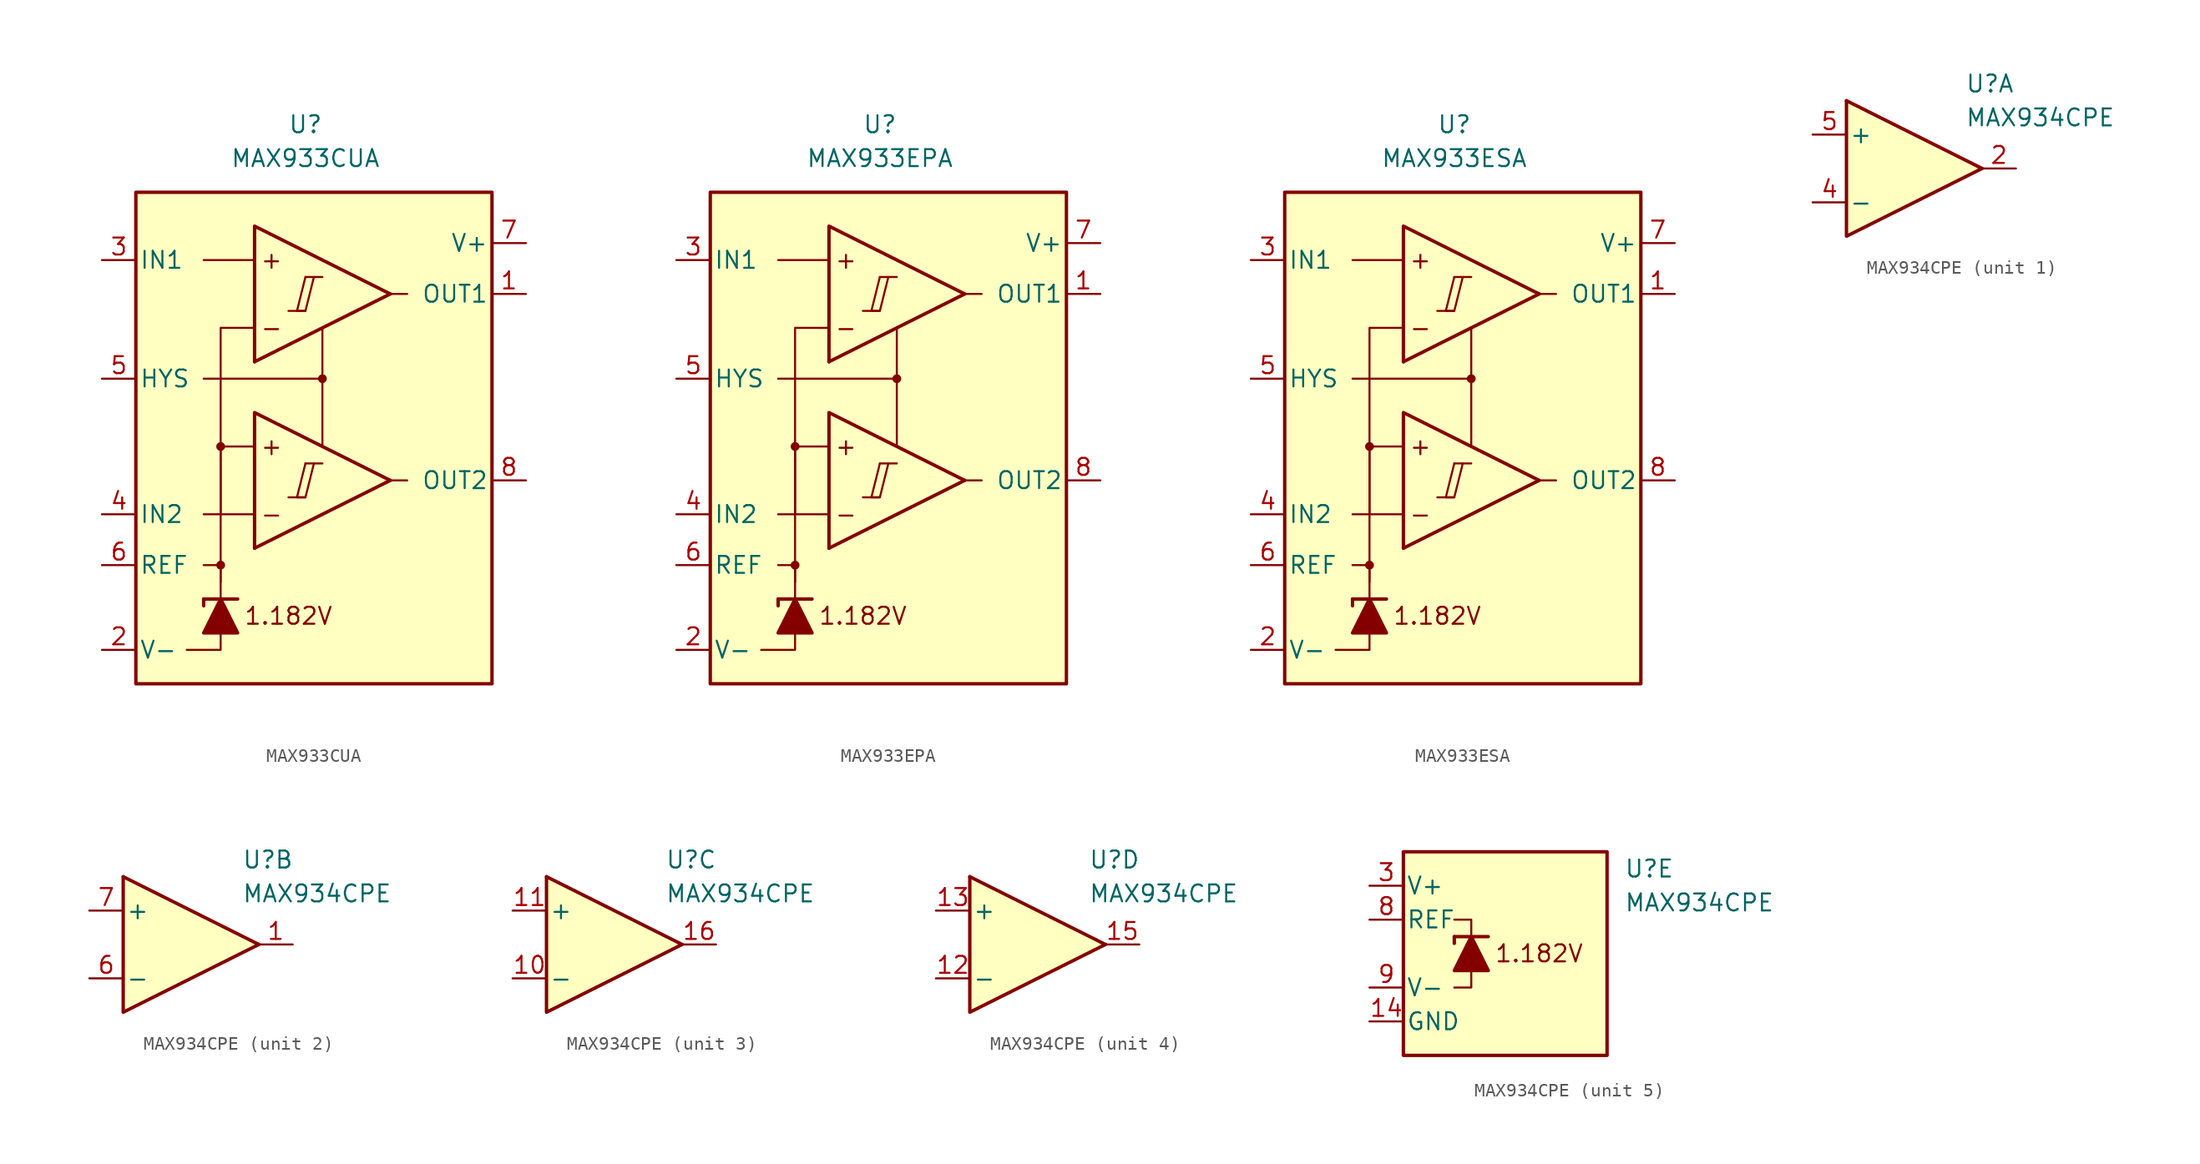
<source format=kicad_sym>
(kicad_symbol_lib
  (version 20231120)
  (generator "kicad_symbol_editor")
  (generator_version "8.0")
  (symbol "MAX933CUA"
    (pin_names
      (offset 0.254))
    (property "Reference" "U"
      (at -1.27 22.86 0)
      (effects (font (size 1.27 1.27))))
    (property "Value" "MAX933CUA"
      (at -1.27 20.32 0)
      (effects (font (size 1.27 1.27))))
    (symbol "MAX933CUA_0_0"
      (rectangle (start -13.97 17.78) (end 12.7 -19.05) (stroke (width 0.254) (type default)) (fill (type background)))
      (circle (center -7.62 -10.16) (radius 0.254) (stroke (width 0.152) (type default)) (fill (type outline)))
      (circle (center -7.62 -1.27) (radius 0.254) (stroke (width 0.152) (type default)) (fill (type outline)))
      (polyline (pts (xy -2.54 -5.08) (xy -1.27 -5.08)) (stroke (width 0.152) (type default)) (fill (type none)))
      (polyline (pts (xy -2.54 8.89) (xy -1.27 8.89)) (stroke (width 0.152) (type default)) (fill (type none)))
      (polyline (pts (xy -1.27 -2.54) (xy 0 -2.54)) (stroke (width 0.152) (type default)) (fill (type none)))
      (polyline (pts (xy -1.27 11.43) (xy 0 11.43)) (stroke (width 0.152) (type default)) (fill (type none)))
      (polyline (pts (xy 5.08 -3.81) (xy -5.08 -8.89)) (stroke (width 0.254) (type default)) (fill (type none)))
      (polyline (pts (xy 5.08 10.16) (xy -5.08 5.08)) (stroke (width 0.254) (type default)) (fill (type none)))
      (polyline (pts (xy 5.08 -3.81) (xy -5.08 1.27) (xy -5.08 -8.89)) (stroke (width 0.254) (type default)) (fill (type background)))
      (polyline (pts (xy 5.08 10.16) (xy -5.08 15.24) (xy -5.08 5.08)) (stroke (width 0.254) (type default)) (fill (type background)))
      (polyline (pts (xy -1.27 -2.54) (xy -1.905 -5.08) (xy -1.27 -5.08) (xy -0.635 -2.54)) (stroke (width 0.152) (type default)) (fill (type none)))
      (polyline (pts (xy -1.27 11.43) (xy -1.905 8.89) (xy -1.27 8.89) (xy -0.635 11.43)) (stroke (width 0.152) (type default)) (fill (type none)))
      (circle (center 0 3.81) (radius 0.254) (stroke (width 0.152) (type default)) (fill (type outline)))
      (text "+" (at -3.81 -1.27 0) (effects (font (size 1.27 1.27))))
      (text "+" (at -3.81 12.7 0) (effects (font (size 1.27 1.27))))
      (text "-" (at -3.81 -6.35 0) (effects (font (size 1.27 1.27))))
      (text "-" (at -3.81 7.62 0) (effects (font (size 1.27 1.27))))
      (text "1.182V" (at -2.54 -13.97 0) (effects (font (size 1.27 1.27)))))
    (symbol "MAX933CUA_0_1"
      (polyline (pts (xy -8.89 -12.7) (xy -8.89 -13.208)) (stroke (width 0.254) (type default)) (fill (type none)))
      (polyline (pts (xy -8.89 -12.7) (xy -6.35 -12.7)) (stroke (width 0.254) (type default)) (fill (type none)))
      (polyline (pts (xy -5.08 -6.35) (xy -8.89 -6.35)) (stroke (width 0) (type default)) (fill (type none)))
      (polyline (pts (xy -5.08 12.7) (xy -8.89 12.7)) (stroke (width 0) (type default)) (fill (type none)))
      (polyline (pts (xy 0 3.81) (xy 0 -1.27)) (stroke (width 0) (type default)) (fill (type none)))
      (polyline (pts (xy 5.08 -3.81) (xy 6.35 -3.81)) (stroke (width 0) (type default)) (fill (type none)))
      (polyline (pts (xy 5.08 10.16) (xy 6.35 10.16)) (stroke (width 0) (type default)) (fill (type none)))
      (polyline (pts (xy -7.62 -15.24) (xy -7.62 -16.51) (xy -10.16 -16.51)) (stroke (width 0) (type default)) (fill (type none)))
      (polyline (pts (xy -7.62 -12.7) (xy -7.62 -10.16) (xy -8.89 -10.16)) (stroke (width 0) (type default)) (fill (type none)))
      (polyline (pts (xy -7.62 -11.43) (xy -7.62 -1.27) (xy -5.08 -1.27)) (stroke (width 0) (type default)) (fill (type none)))
      (polyline (pts (xy -7.62 -6.35) (xy -7.62 7.62) (xy -5.08 7.62)) (stroke (width 0) (type default)) (fill (type none)))
      (polyline (pts (xy 0 7.62) (xy 0 3.81) (xy -8.89 3.81)) (stroke (width 0) (type default)) (fill (type none)))
      (polyline (pts (xy -6.35 -15.24) (xy -8.89 -15.24) (xy -7.62 -12.7) (xy -6.35 -15.24)) (stroke (width 0.254) (type default)) (fill (type outline))))
    (symbol "MAX933CUA_1_1"
      (pin output line (at 15.24 10.16 180) (length 2.54) (name "OUT1" (effects (font (size 1.27 1.27)))) (number "1" (effects (font (size 1.27 1.27)))))
      (pin power_in line (at -16.51 -16.51 0) (length 2.54) (name "V-" (effects (font (size 1.27 1.27)))) (number "2" (effects (font (size 1.27 1.27)))))
      (pin input line (at -16.51 12.7 0) (length 2.54) (name "IN1" (effects (font (size 1.27 1.27)))) (number "3" (effects (font (size 1.27 1.27)))))
      (pin input line (at -16.51 -6.35 0) (length 2.54) (name "IN2" (effects (font (size 1.27 1.27)))) (number "4" (effects (font (size 1.27 1.27)))))
      (pin input line (at -16.51 3.81 0) (length 2.54) (name "HYS" (effects (font (size 1.27 1.27)))) (number "5" (effects (font (size 1.27 1.27)))))
      (pin output line (at -16.51 -10.16 0) (length 2.54) (name "REF" (effects (font (size 1.27 1.27)))) (number "6" (effects (font (size 1.27 1.27)))))
      (pin power_in line (at 15.24 13.97 180) (length 2.54) (name "V+" (effects (font (size 1.27 1.27)))) (number "7" (effects (font (size 1.27 1.27)))))
      (pin output line (at 15.24 -3.81 180) (length 2.54) (name "OUT2" (effects (font (size 1.27 1.27)))) (number "8" (effects (font (size 1.27 1.27)))))))
  (symbol "MAX933EPA"
    (pin_names
      (offset 0.254))
    (property "Reference" "U"
      (at -1.27 22.86 0)
      (effects (font (size 1.27 1.27))))
    (property "Value" "MAX933EPA"
      (at -1.27 20.32 0)
      (effects (font (size 1.27 1.27))))
    (symbol "MAX933EPA_0_0"
      (rectangle (start -13.97 17.78) (end 12.7 -19.05) (stroke (width 0.254) (type default)) (fill (type background)))
      (circle (center -7.62 -10.16) (radius 0.254) (stroke (width 0.152) (type default)) (fill (type outline)))
      (circle (center -7.62 -1.27) (radius 0.254) (stroke (width 0.152) (type default)) (fill (type outline)))
      (polyline (pts (xy -2.54 -5.08) (xy -1.27 -5.08)) (stroke (width 0.152) (type default)) (fill (type none)))
      (polyline (pts (xy -2.54 8.89) (xy -1.27 8.89)) (stroke (width 0.152) (type default)) (fill (type none)))
      (polyline (pts (xy -1.27 -2.54) (xy 0 -2.54)) (stroke (width 0.152) (type default)) (fill (type none)))
      (polyline (pts (xy -1.27 11.43) (xy 0 11.43)) (stroke (width 0.152) (type default)) (fill (type none)))
      (polyline (pts (xy 5.08 -3.81) (xy -5.08 -8.89)) (stroke (width 0.254) (type default)) (fill (type none)))
      (polyline (pts (xy 5.08 10.16) (xy -5.08 5.08)) (stroke (width 0.254) (type default)) (fill (type none)))
      (polyline (pts (xy 5.08 -3.81) (xy -5.08 1.27) (xy -5.08 -8.89)) (stroke (width 0.254) (type default)) (fill (type background)))
      (polyline (pts (xy 5.08 10.16) (xy -5.08 15.24) (xy -5.08 5.08)) (stroke (width 0.254) (type default)) (fill (type background)))
      (polyline (pts (xy -1.27 -2.54) (xy -1.905 -5.08) (xy -1.27 -5.08) (xy -0.635 -2.54)) (stroke (width 0.152) (type default)) (fill (type none)))
      (polyline (pts (xy -1.27 11.43) (xy -1.905 8.89) (xy -1.27 8.89) (xy -0.635 11.43)) (stroke (width 0.152) (type default)) (fill (type none)))
      (circle (center 0 3.81) (radius 0.254) (stroke (width 0.152) (type default)) (fill (type outline)))
      (text "+" (at -3.81 -1.27 0) (effects (font (size 1.27 1.27))))
      (text "+" (at -3.81 12.7 0) (effects (font (size 1.27 1.27))))
      (text "-" (at -3.81 -6.35 0) (effects (font (size 1.27 1.27))))
      (text "-" (at -3.81 7.62 0) (effects (font (size 1.27 1.27))))
      (text "1.182V" (at -2.54 -13.97 0) (effects (font (size 1.27 1.27)))))
    (symbol "MAX933EPA_0_1"
      (polyline (pts (xy -8.89 -12.7) (xy -8.89 -13.208)) (stroke (width 0.254) (type default)) (fill (type none)))
      (polyline (pts (xy -8.89 -12.7) (xy -6.35 -12.7)) (stroke (width 0.254) (type default)) (fill (type none)))
      (polyline (pts (xy -5.08 -6.35) (xy -8.89 -6.35)) (stroke (width 0) (type default)) (fill (type none)))
      (polyline (pts (xy -5.08 12.7) (xy -8.89 12.7)) (stroke (width 0) (type default)) (fill (type none)))
      (polyline (pts (xy 0 3.81) (xy 0 -1.27)) (stroke (width 0) (type default)) (fill (type none)))
      (polyline (pts (xy 5.08 -3.81) (xy 6.35 -3.81)) (stroke (width 0) (type default)) (fill (type none)))
      (polyline (pts (xy 5.08 10.16) (xy 6.35 10.16)) (stroke (width 0) (type default)) (fill (type none)))
      (polyline (pts (xy -7.62 -15.24) (xy -7.62 -16.51) (xy -10.16 -16.51)) (stroke (width 0) (type default)) (fill (type none)))
      (polyline (pts (xy -7.62 -12.7) (xy -7.62 -10.16) (xy -8.89 -10.16)) (stroke (width 0) (type default)) (fill (type none)))
      (polyline (pts (xy -7.62 -11.43) (xy -7.62 -1.27) (xy -5.08 -1.27)) (stroke (width 0) (type default)) (fill (type none)))
      (polyline (pts (xy -7.62 -6.35) (xy -7.62 7.62) (xy -5.08 7.62)) (stroke (width 0) (type default)) (fill (type none)))
      (polyline (pts (xy 0 7.62) (xy 0 3.81) (xy -8.89 3.81)) (stroke (width 0) (type default)) (fill (type none)))
      (polyline (pts (xy -6.35 -15.24) (xy -8.89 -15.24) (xy -7.62 -12.7) (xy -6.35 -15.24)) (stroke (width 0.254) (type default)) (fill (type outline))))
    (symbol "MAX933EPA_1_1"
      (pin output line (at 15.24 10.16 180) (length 2.54) (name "OUT1" (effects (font (size 1.27 1.27)))) (number "1" (effects (font (size 1.27 1.27)))))
      (pin power_in line (at -16.51 -16.51 0) (length 2.54) (name "V-" (effects (font (size 1.27 1.27)))) (number "2" (effects (font (size 1.27 1.27)))))
      (pin input line (at -16.51 12.7 0) (length 2.54) (name "IN1" (effects (font (size 1.27 1.27)))) (number "3" (effects (font (size 1.27 1.27)))))
      (pin input line (at -16.51 -6.35 0) (length 2.54) (name "IN2" (effects (font (size 1.27 1.27)))) (number "4" (effects (font (size 1.27 1.27)))))
      (pin input line (at -16.51 3.81 0) (length 2.54) (name "HYS" (effects (font (size 1.27 1.27)))) (number "5" (effects (font (size 1.27 1.27)))))
      (pin output line (at -16.51 -10.16 0) (length 2.54) (name "REF" (effects (font (size 1.27 1.27)))) (number "6" (effects (font (size 1.27 1.27)))))
      (pin power_in line (at 15.24 13.97 180) (length 2.54) (name "V+" (effects (font (size 1.27 1.27)))) (number "7" (effects (font (size 1.27 1.27)))))
      (pin output line (at 15.24 -3.81 180) (length 2.54) (name "OUT2" (effects (font (size 1.27 1.27)))) (number "8" (effects (font (size 1.27 1.27)))))))
  (symbol "MAX933ESA"
    (pin_names
      (offset 0.254))
    (property "Reference" "U"
      (at -1.27 22.86 0)
      (effects (font (size 1.27 1.27))))
    (property "Value" "MAX933ESA"
      (at -1.27 20.32 0)
      (effects (font (size 1.27 1.27))))
    (symbol "MAX933ESA_0_0"
      (rectangle (start -13.97 17.78) (end 12.7 -19.05) (stroke (width 0.254) (type default)) (fill (type background)))
      (circle (center -7.62 -10.16) (radius 0.254) (stroke (width 0.152) (type default)) (fill (type outline)))
      (circle (center -7.62 -1.27) (radius 0.254) (stroke (width 0.152) (type default)) (fill (type outline)))
      (polyline (pts (xy -2.54 -5.08) (xy -1.27 -5.08)) (stroke (width 0.152) (type default)) (fill (type none)))
      (polyline (pts (xy -2.54 8.89) (xy -1.27 8.89)) (stroke (width 0.152) (type default)) (fill (type none)))
      (polyline (pts (xy -1.27 -2.54) (xy 0 -2.54)) (stroke (width 0.152) (type default)) (fill (type none)))
      (polyline (pts (xy -1.27 11.43) (xy 0 11.43)) (stroke (width 0.152) (type default)) (fill (type none)))
      (polyline (pts (xy 5.08 -3.81) (xy -5.08 -8.89)) (stroke (width 0.254) (type default)) (fill (type none)))
      (polyline (pts (xy 5.08 10.16) (xy -5.08 5.08)) (stroke (width 0.254) (type default)) (fill (type none)))
      (polyline (pts (xy 5.08 -3.81) (xy -5.08 1.27) (xy -5.08 -8.89)) (stroke (width 0.254) (type default)) (fill (type background)))
      (polyline (pts (xy 5.08 10.16) (xy -5.08 15.24) (xy -5.08 5.08)) (stroke (width 0.254) (type default)) (fill (type background)))
      (polyline (pts (xy -1.27 -2.54) (xy -1.905 -5.08) (xy -1.27 -5.08) (xy -0.635 -2.54)) (stroke (width 0.152) (type default)) (fill (type none)))
      (polyline (pts (xy -1.27 11.43) (xy -1.905 8.89) (xy -1.27 8.89) (xy -0.635 11.43)) (stroke (width 0.152) (type default)) (fill (type none)))
      (circle (center 0 3.81) (radius 0.254) (stroke (width 0.152) (type default)) (fill (type outline)))
      (text "+" (at -3.81 -1.27 0) (effects (font (size 1.27 1.27))))
      (text "+" (at -3.81 12.7 0) (effects (font (size 1.27 1.27))))
      (text "-" (at -3.81 -6.35 0) (effects (font (size 1.27 1.27))))
      (text "-" (at -3.81 7.62 0) (effects (font (size 1.27 1.27))))
      (text "1.182V" (at -2.54 -13.97 0) (effects (font (size 1.27 1.27)))))
    (symbol "MAX933ESA_0_1"
      (polyline (pts (xy -8.89 -12.7) (xy -8.89 -13.208)) (stroke (width 0.254) (type default)) (fill (type none)))
      (polyline (pts (xy -8.89 -12.7) (xy -6.35 -12.7)) (stroke (width 0.254) (type default)) (fill (type none)))
      (polyline (pts (xy -5.08 -6.35) (xy -8.89 -6.35)) (stroke (width 0) (type default)) (fill (type none)))
      (polyline (pts (xy -5.08 12.7) (xy -8.89 12.7)) (stroke (width 0) (type default)) (fill (type none)))
      (polyline (pts (xy 0 3.81) (xy 0 -1.27)) (stroke (width 0) (type default)) (fill (type none)))
      (polyline (pts (xy 5.08 -3.81) (xy 6.35 -3.81)) (stroke (width 0) (type default)) (fill (type none)))
      (polyline (pts (xy 5.08 10.16) (xy 6.35 10.16)) (stroke (width 0) (type default)) (fill (type none)))
      (polyline (pts (xy -7.62 -15.24) (xy -7.62 -16.51) (xy -10.16 -16.51)) (stroke (width 0) (type default)) (fill (type none)))
      (polyline (pts (xy -7.62 -12.7) (xy -7.62 -10.16) (xy -8.89 -10.16)) (stroke (width 0) (type default)) (fill (type none)))
      (polyline (pts (xy -7.62 -11.43) (xy -7.62 -1.27) (xy -5.08 -1.27)) (stroke (width 0) (type default)) (fill (type none)))
      (polyline (pts (xy -7.62 -6.35) (xy -7.62 7.62) (xy -5.08 7.62)) (stroke (width 0) (type default)) (fill (type none)))
      (polyline (pts (xy 0 7.62) (xy 0 3.81) (xy -8.89 3.81)) (stroke (width 0) (type default)) (fill (type none)))
      (polyline (pts (xy -6.35 -15.24) (xy -8.89 -15.24) (xy -7.62 -12.7) (xy -6.35 -15.24)) (stroke (width 0.254) (type default)) (fill (type outline))))
    (symbol "MAX933ESA_1_1"
      (pin output line (at 15.24 10.16 180) (length 2.54) (name "OUT1" (effects (font (size 1.27 1.27)))) (number "1" (effects (font (size 1.27 1.27)))))
      (pin power_in line (at -16.51 -16.51 0) (length 2.54) (name "V-" (effects (font (size 1.27 1.27)))) (number "2" (effects (font (size 1.27 1.27)))))
      (pin input line (at -16.51 12.7 0) (length 2.54) (name "IN1" (effects (font (size 1.27 1.27)))) (number "3" (effects (font (size 1.27 1.27)))))
      (pin input line (at -16.51 -6.35 0) (length 2.54) (name "IN2" (effects (font (size 1.27 1.27)))) (number "4" (effects (font (size 1.27 1.27)))))
      (pin input line (at -16.51 3.81 0) (length 2.54) (name "HYS" (effects (font (size 1.27 1.27)))) (number "5" (effects (font (size 1.27 1.27)))))
      (pin output line (at -16.51 -10.16 0) (length 2.54) (name "REF" (effects (font (size 1.27 1.27)))) (number "6" (effects (font (size 1.27 1.27)))))
      (pin power_in line (at 15.24 13.97 180) (length 2.54) (name "V+" (effects (font (size 1.27 1.27)))) (number "7" (effects (font (size 1.27 1.27)))))
      (pin output line (at 15.24 -3.81 180) (length 2.54) (name "OUT2" (effects (font (size 1.27 1.27)))) (number "8" (effects (font (size 1.27 1.27)))))))
  (symbol "MAX934CPE"
    (pin_names
      (offset 0.2))
    (property "Reference" "U"
      (at 5.08 6.35 0)
      (effects (font (size 1.27 1.27)) (justify left)))
    (property "Value" "MAX934CPE"
      (at 5.08 3.81 0)
      (effects (font (size 1.27 1.27)) (justify left)))
    (property "ki_locked" ""
      (at 0 0 0)
      (effects (font (size 1.27 1.27))))
    (symbol "MAX934CPE_1_1"
      (polyline (pts (xy -3.81 5.08) (xy 6.35 0)) (stroke (width 0.254) (type default)) (fill (type none)))
      (polyline (pts (xy -3.81 5.08) (xy -3.81 -5.08) (xy 6.35 0)) (stroke (width 0.254) (type default)) (fill (type background)))
      (pin output line (at 8.89 0 180) (length 2.54) (name "~" (effects (font (size 1.27 1.27)))) (number "2" (effects (font (size 1.27 1.27)))))
      (pin input line (at -6.35 -2.54 0) (length 2.54) (name "-" (effects (font (size 1.27 1.27)))) (number "4" (effects (font (size 1.27 1.27)))))
      (pin input line (at -6.35 2.54 0) (length 2.54) (name "+" (effects (font (size 1.27 1.27)))) (number "5" (effects (font (size 1.27 1.27))))))
    (symbol "MAX934CPE_2_1"
      (polyline (pts (xy -3.81 5.08) (xy 6.35 0)) (stroke (width 0.254) (type default)) (fill (type none)))
      (polyline (pts (xy -3.81 5.08) (xy -3.81 -5.08) (xy 6.35 0)) (stroke (width 0.254) (type default)) (fill (type background)))
      (pin output line (at 8.89 0 180) (length 2.54) (name "~" (effects (font (size 1.27 1.27)))) (number "1" (effects (font (size 1.27 1.27)))))
      (pin input line (at -6.35 -2.54 0) (length 2.54) (name "-" (effects (font (size 1.27 1.27)))) (number "6" (effects (font (size 1.27 1.27)))))
      (pin input line (at -6.35 2.54 0) (length 2.54) (name "+" (effects (font (size 1.27 1.27)))) (number "7" (effects (font (size 1.27 1.27))))))
    (symbol "MAX934CPE_3_1"
      (polyline (pts (xy -3.81 5.08) (xy 6.35 0)) (stroke (width 0.254) (type default)) (fill (type none)))
      (polyline (pts (xy -3.81 5.08) (xy -3.81 -5.08) (xy 6.35 0)) (stroke (width 0.254) (type default)) (fill (type background)))
      (pin input line (at -6.35 -2.54 0) (length 2.54) (name "-" (effects (font (size 1.27 1.27)))) (number "10" (effects (font (size 1.27 1.27)))))
      (pin input line (at -6.35 2.54 0) (length 2.54) (name "+" (effects (font (size 1.27 1.27)))) (number "11" (effects (font (size 1.27 1.27)))))
      (pin output line (at 8.89 0 180) (length 2.54) (name "~" (effects (font (size 1.27 1.27)))) (number "16" (effects (font (size 1.27 1.27))))))
    (symbol "MAX934CPE_4_1"
      (polyline (pts (xy -3.81 5.08) (xy 6.35 0)) (stroke (width 0.254) (type default)) (fill (type none)))
      (polyline (pts (xy -3.81 5.08) (xy -3.81 -5.08) (xy 6.35 0)) (stroke (width 0.254) (type default)) (fill (type background)))
      (pin input line (at -6.35 -2.54 0) (length 2.54) (name "-" (effects (font (size 1.27 1.27)))) (number "12" (effects (font (size 1.27 1.27)))))
      (pin input line (at -6.35 2.54 0) (length 2.54) (name "+" (effects (font (size 1.27 1.27)))) (number "13" (effects (font (size 1.27 1.27)))))
      (pin output line (at 8.89 0 180) (length 2.54) (name "~" (effects (font (size 1.27 1.27)))) (number "15" (effects (font (size 1.27 1.27))))))
    (symbol "MAX934CPE_5_0"
      (text "1.182V" (at -1.27 0 0) (effects (font (size 1.27 1.27)))))
    (symbol "MAX934CPE_5_1"
      (rectangle (start -11.43 7.62) (end 3.81 -7.62) (stroke (width 0.254) (type default)) (fill (type background)))
      (polyline (pts (xy -7.62 1.27) (xy -7.62 0.762)) (stroke (width 0.254) (type default)) (fill (type none)))
      (polyline (pts (xy -7.62 1.27) (xy -5.08 1.27)) (stroke (width 0.254) (type default)) (fill (type none)))
      (polyline (pts (xy -6.35 -1.27) (xy -6.35 -2.54) (xy -7.62 -2.54)) (stroke (width 0) (type default)) (fill (type none)))
      (polyline (pts (xy -6.35 1.27) (xy -6.35 2.54) (xy -7.62 2.54)) (stroke (width 0) (type default)) (fill (type none)))
      (polyline (pts (xy -5.08 -1.27) (xy -7.62 -1.27) (xy -6.35 1.27) (xy -5.08 -1.27)) (stroke (width 0.254) (type default)) (fill (type outline)))
      (pin power_in line (at -13.97 -5.08 0) (length 2.54) (name "GND" (effects (font (size 1.27 1.27)))) (number "14" (effects (font (size 1.27 1.27)))))
      (pin power_in line (at -13.97 5.08 0) (length 2.54) (name "V+" (effects (font (size 1.27 1.27)))) (number "3" (effects (font (size 1.27 1.27)))))
      (pin output line (at -13.97 2.54 0) (length 2.54) (name "REF" (effects (font (size 1.27 1.27)))) (number "8" (effects (font (size 1.27 1.27)))))
      (pin power_in line (at -13.97 -2.54 0) (length 2.54) (name "V-" (effects (font (size 1.27 1.27)))) (number "9" (effects (font (size 1.27 1.27))))))))
</source>
